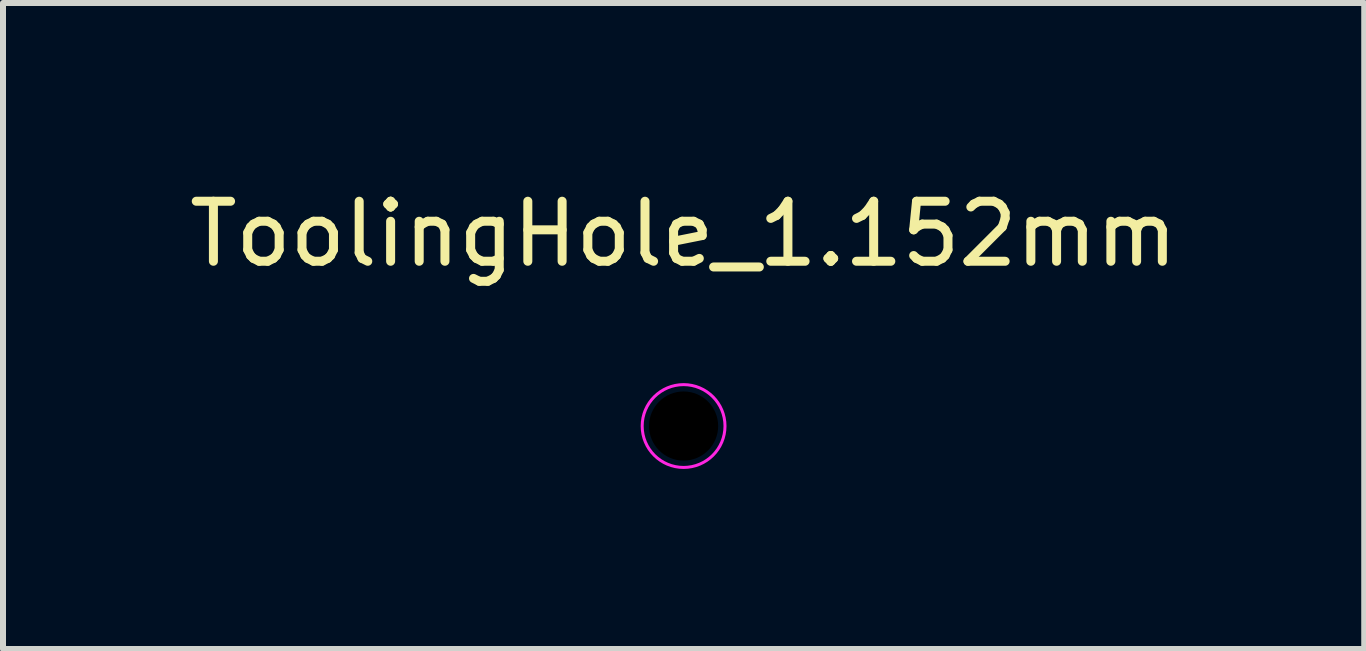
<source format=kicad_pcb>
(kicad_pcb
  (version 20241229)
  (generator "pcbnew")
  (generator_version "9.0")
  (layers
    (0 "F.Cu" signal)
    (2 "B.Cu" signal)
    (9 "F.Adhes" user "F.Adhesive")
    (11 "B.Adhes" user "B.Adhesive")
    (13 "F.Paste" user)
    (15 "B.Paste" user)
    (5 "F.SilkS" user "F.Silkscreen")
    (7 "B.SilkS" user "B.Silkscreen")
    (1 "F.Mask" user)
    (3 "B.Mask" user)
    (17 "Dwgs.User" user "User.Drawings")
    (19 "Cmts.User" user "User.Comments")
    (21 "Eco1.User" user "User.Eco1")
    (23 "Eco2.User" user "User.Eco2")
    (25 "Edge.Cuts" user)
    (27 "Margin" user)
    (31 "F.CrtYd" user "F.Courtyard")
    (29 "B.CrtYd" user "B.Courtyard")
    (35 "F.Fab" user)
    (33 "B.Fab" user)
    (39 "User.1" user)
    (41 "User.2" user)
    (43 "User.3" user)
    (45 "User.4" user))
  (footprint "ToolingHole_1.152mm"
    (layer "F.Cu")
    (at 8.339 4.048)
    (property "Reference" "ToolingHole_1.152mm" (at 0 -3.2 0) (layer "F.SilkS") (effects (font (size 1 1) (thickness 0.15))))
    (attr board_only exclude_from_pos_files exclude_from_bom)
    (private_layers "User.9")
    (fp_circle (center 0 0) (end 0.69 0) (stroke (width 0.05) (type solid)) (fill no) (layer "F.CrtYd"))
    (fp_text_box "Need to be non-plated, per JLC" (start -10.1 2.2) (end 9.95 6) (margins 0.8 0.8 0.8 0.8) (layer "User.9") (effects (font (size 1 1) (thickness 0.15)) (justify left top)) (border yes) (stroke (width 0.1) (type solid)))
    (pad "" np_thru_hole circle (at 0 0) (size 1.3 1.3) (drill 1.152) (layers "*.Mask")))
  (gr_rect
    (start -3 -3)
    (end 19.679 7.763)
    (stroke (width 0.1) (type default))
    (fill no)
    (layer "Edge.Cuts")))
</source>
